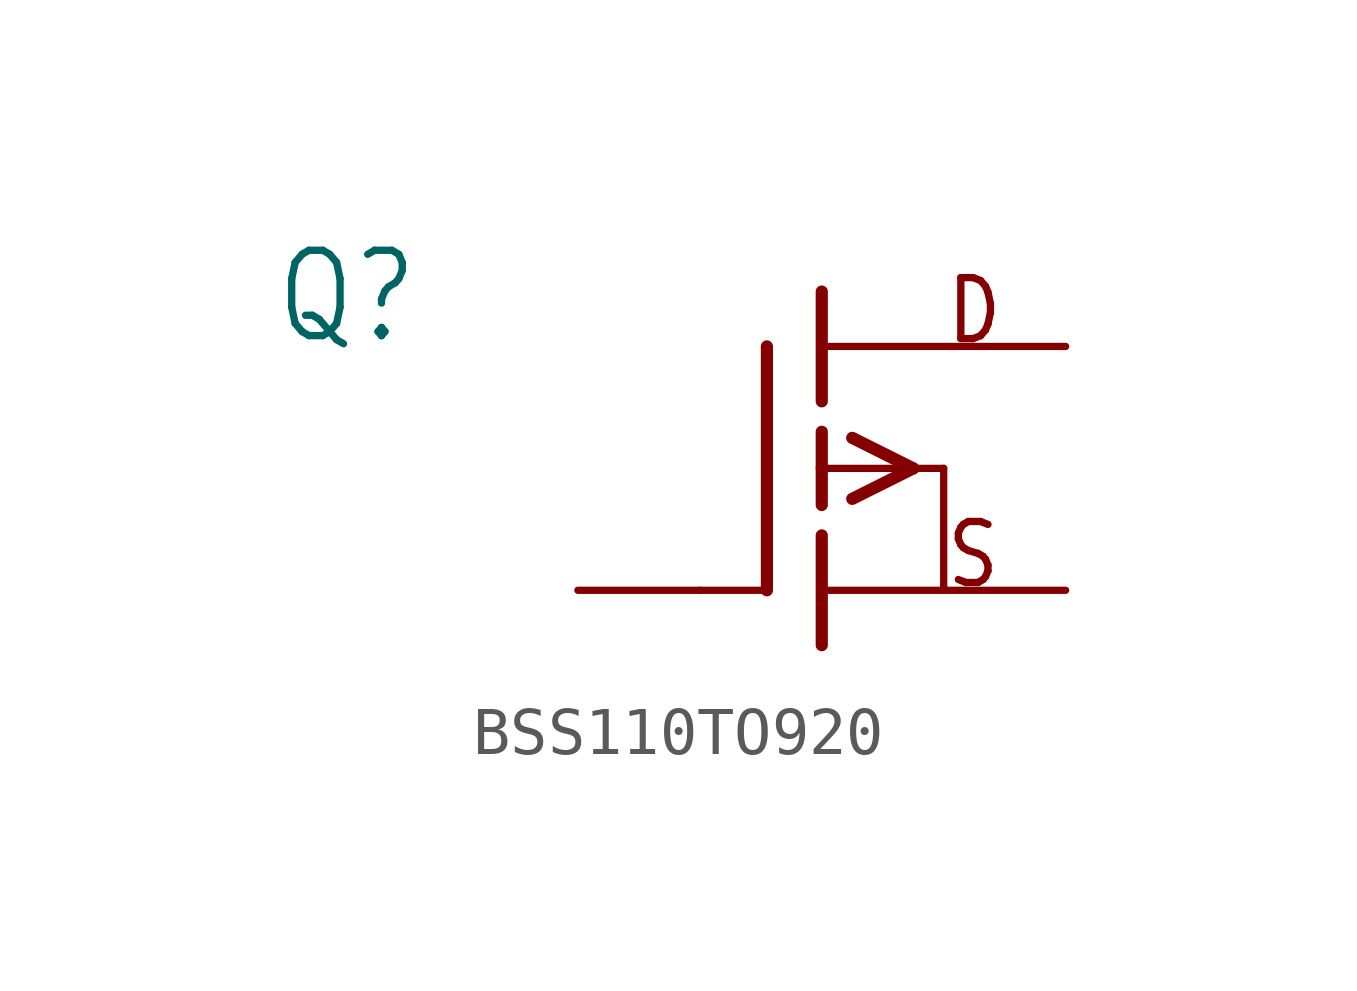
<source format=kicad_sym>
(kicad_symbol_lib
  (version 20220914)
  (generator kicad_symbol_editor)
  (symbol "BSS110TO920"
    (property "Reference" "Q"
      (at -11.43 2.54 0)
      (effects (font (size 1.778 1.511)) (justify left bottom)))
    (property "Value" ""
      (at -11.43 0 0)
      (effects (font (size 1.778 1.511)) (justify left bottom)))
    (property "ki_locked" ""
      (at 0 0 0)
      (effects (font (size 1.27 1.27))))
    (symbol "BSS110TO920_1_0"
      (polyline (pts (xy -2.54 -2.54) (xy -1.219 -2.54)) (stroke (width 0.152) (type solid)) (fill (type none)))
      (polyline (pts (xy -1.143 2.54) (xy -1.143 -2.54)) (stroke (width 0.254) (type solid)) (fill (type none)))
      (polyline (pts (xy 0 -1.397) (xy 0 -3.683)) (stroke (width 0.254) (type solid)) (fill (type none)))
      (polyline (pts (xy 0 0) (xy 0 -0.762)) (stroke (width 0.254) (type solid)) (fill (type none)))
      (polyline (pts (xy 0 0) (xy 1.905 0)) (stroke (width 0.152) (type solid)) (fill (type none)))
      (polyline (pts (xy 0 0.762) (xy 0 0)) (stroke (width 0.254) (type solid)) (fill (type none)))
      (polyline (pts (xy 0 3.683) (xy 0 1.397)) (stroke (width 0.254) (type solid)) (fill (type none)))
      (polyline (pts (xy 0.635 -0.635) (xy 1.905 0)) (stroke (width 0.254) (type solid)) (fill (type none)))
      (polyline (pts (xy 0.635 0.635) (xy 1.905 0)) (stroke (width 0.254) (type solid)) (fill (type none)))
      (polyline (pts (xy 1.905 0) (xy 2.54 0)) (stroke (width 0.152) (type solid)) (fill (type none)))
      (polyline (pts (xy 2.54 0) (xy 2.54 -2.54)) (stroke (width 0.152) (type solid)) (fill (type none)))
      (text "D" (at 2.54 2.54 0) (effects (font (size 1.27 1.079)) (justify left bottom)))
      (text "S" (at 2.54 -2.54 0) (effects (font (size 1.27 1.079)) (justify left bottom)))
      (pin passive line (at 5.08 2.54 180) (length 5.08) (name "D" (effects (font (size 0 0)))) (number "1" (effects (font (size 0 0)))))
      (pin passive line (at -5.08 -2.54 0) (length 2.54) (name "G" (effects (font (size 0 0)))) (number "2" (effects (font (size 0 0)))))
      (pin passive line (at 5.08 -2.54 180) (length 5.08) (name "S" (effects (font (size 0 0)))) (number "3" (effects (font (size 0 0))))))))
</source>
